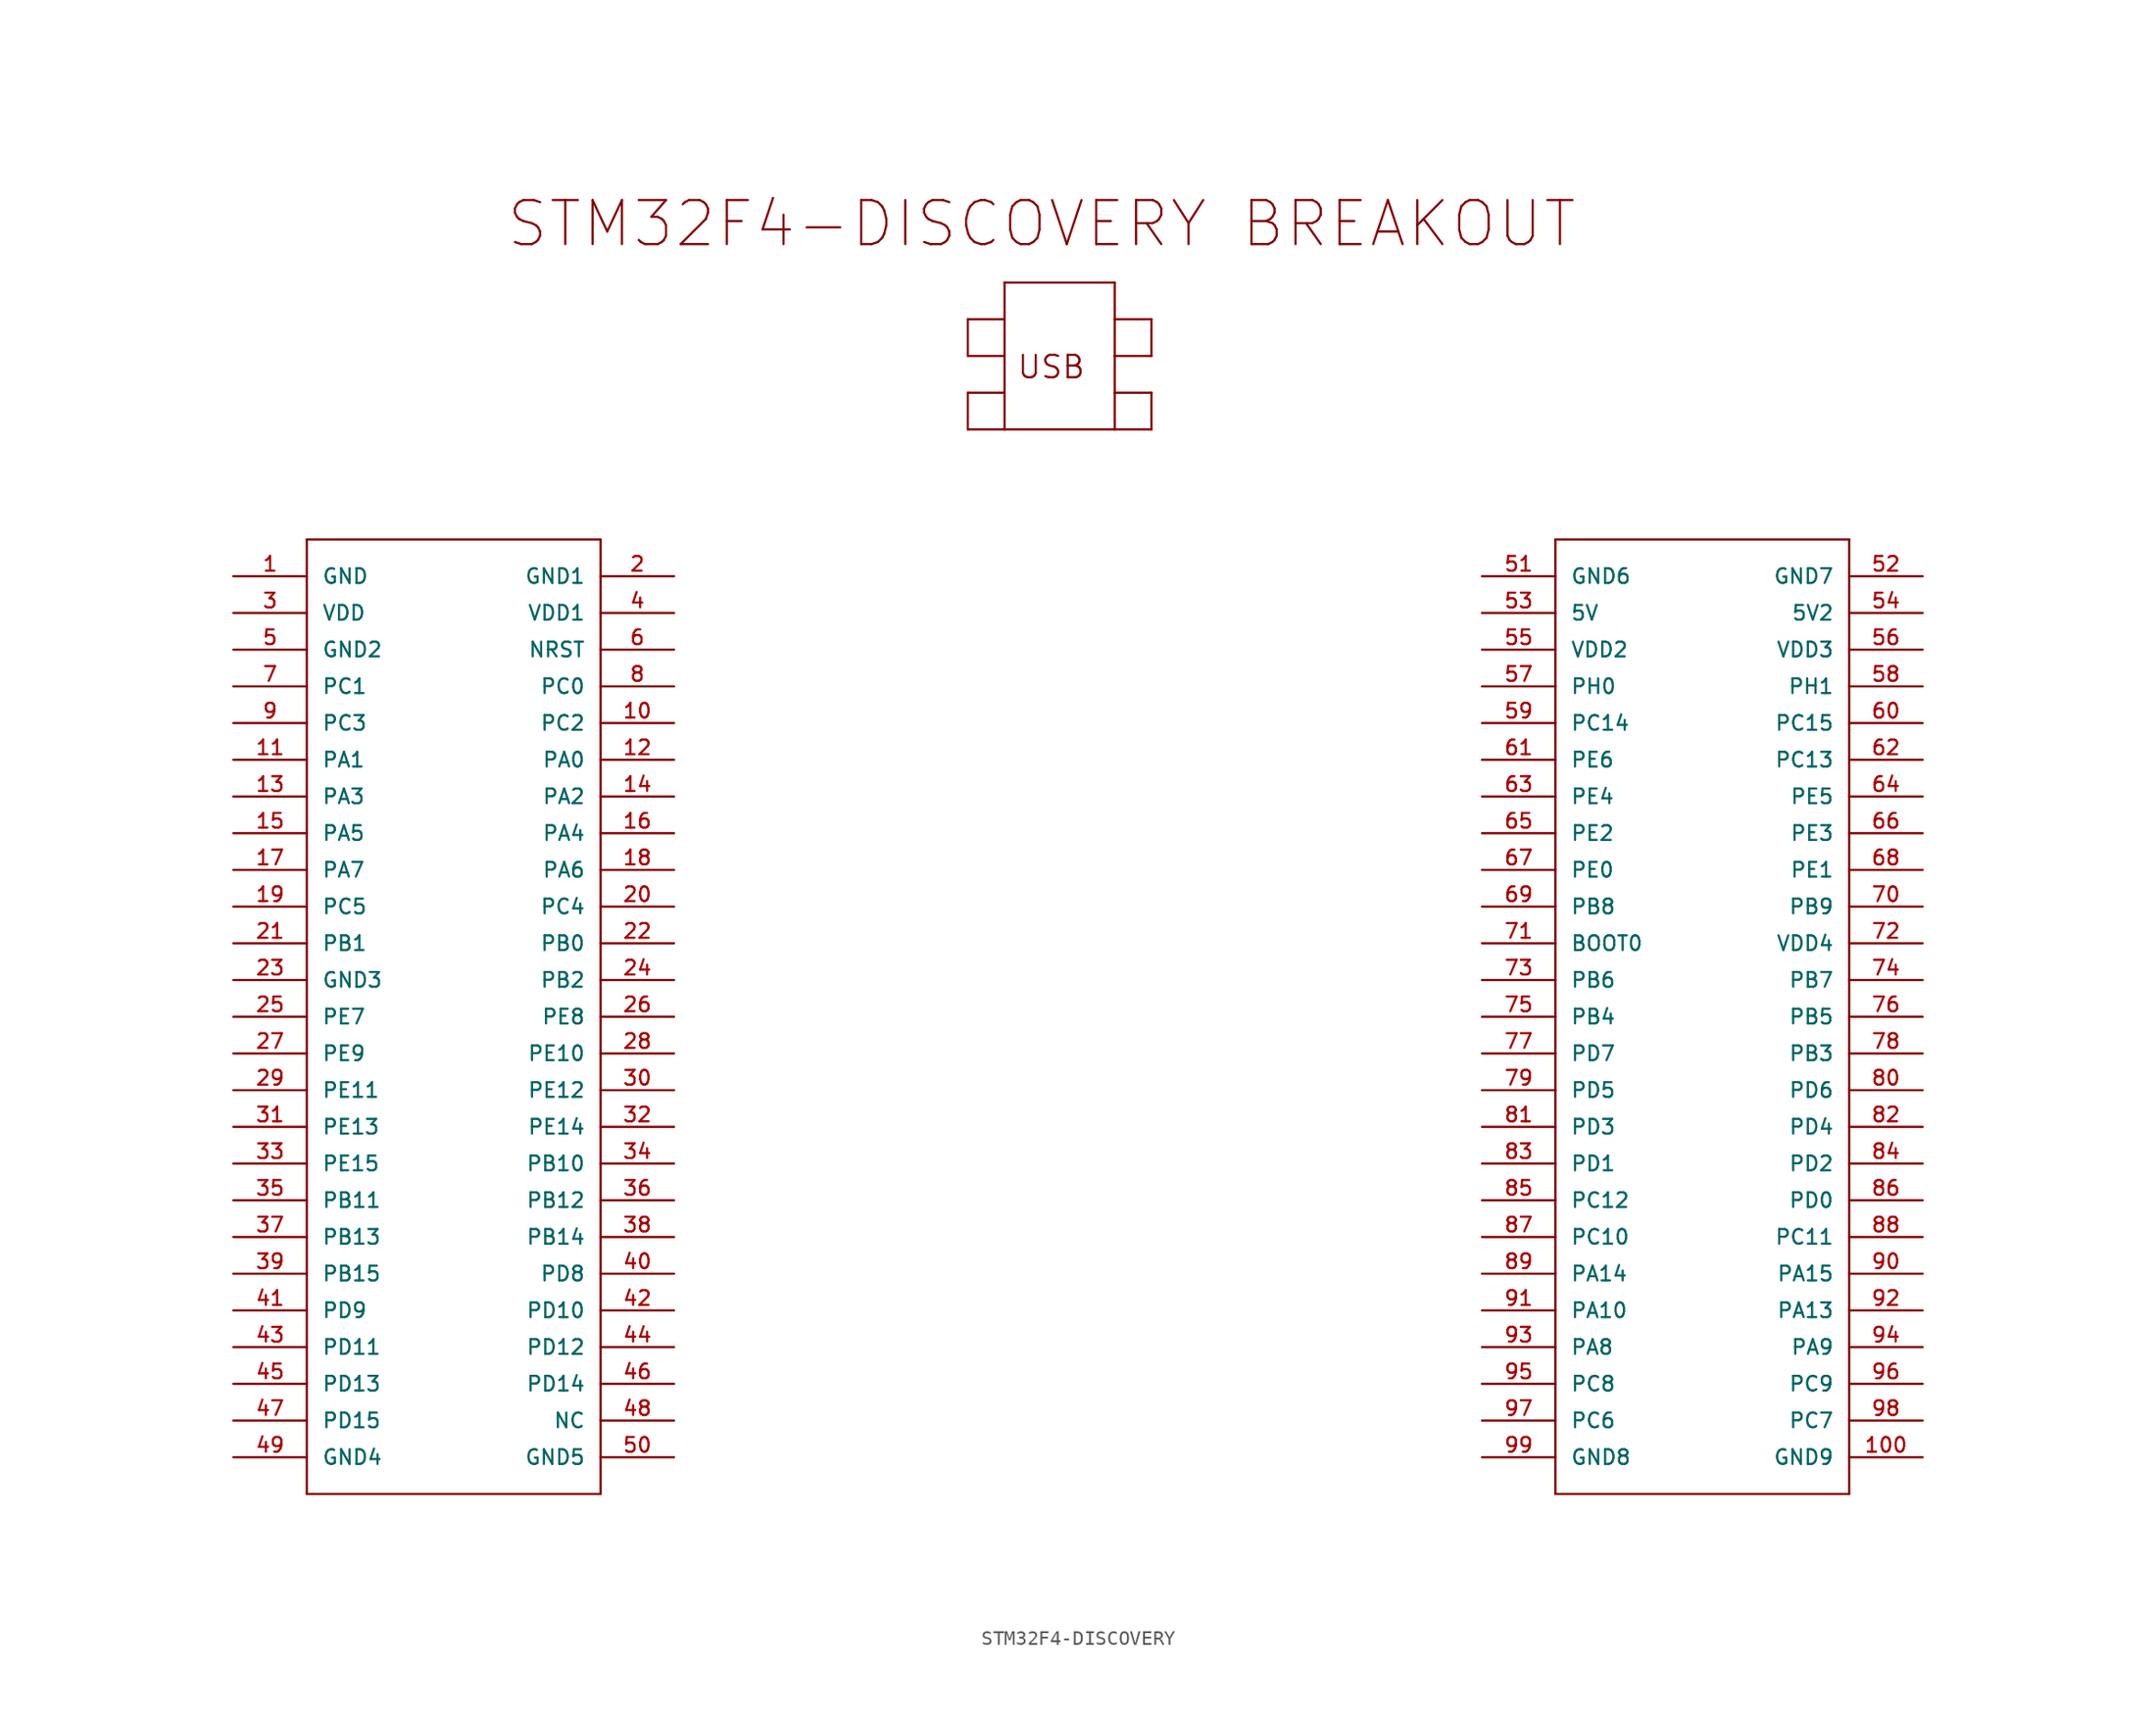
<source format=kicad_sym>
(kicad_symbol_lib
  (version 20211014)
  (generator kicad_symbol_editor)
  (symbol "STM32F4-DISCOVERY"
    (pin_names
      (offset 1.016))
    (property "Reference" "M"
      (at 0 0 0)
      (effects (font (size 1.143 1.143)) hide))
    (property "ki_locked" ""
      (at 0 0 0)
      (effects (font (size 1.27 1.27))))
    (symbol "STM32F4-DISCOVERY_1_0"
      (polyline (pts (xy 0 -63.5) (xy 0 2.54)) (stroke (width 0) (type default) (color 0 0 0 0)) (fill (type none)))
      (polyline (pts (xy 0 2.54) (xy 20.32 2.54)) (stroke (width 0) (type default) (color 0 0 0 0)) (fill (type none)))
      (polyline (pts (xy 20.32 -63.5) (xy 0 -63.5)) (stroke (width 0) (type default) (color 0 0 0 0)) (fill (type none)))
      (polyline (pts (xy 20.32 2.54) (xy 20.32 -63.5)) (stroke (width 0) (type default) (color 0 0 0 0)) (fill (type none)))
      (polyline (pts (xy 45.72 10.16) (xy 48.26 10.16)) (stroke (width 0) (type default) (color 0 0 0 0)) (fill (type none)))
      (polyline (pts (xy 45.72 12.7) (xy 45.72 10.16)) (stroke (width 0) (type default) (color 0 0 0 0)) (fill (type none)))
      (polyline (pts (xy 45.72 15.24) (xy 45.72 17.78)) (stroke (width 0) (type default) (color 0 0 0 0)) (fill (type none)))
      (polyline (pts (xy 45.72 17.78) (xy 48.26 17.78)) (stroke (width 0) (type default) (color 0 0 0 0)) (fill (type none)))
      (polyline (pts (xy 48.26 10.16) (xy 55.88 10.16)) (stroke (width 0) (type default) (color 0 0 0 0)) (fill (type none)))
      (polyline (pts (xy 48.26 12.7) (xy 45.72 12.7)) (stroke (width 0) (type default) (color 0 0 0 0)) (fill (type none)))
      (polyline (pts (xy 48.26 12.7) (xy 48.26 10.16)) (stroke (width 0) (type default) (color 0 0 0 0)) (fill (type none)))
      (polyline (pts (xy 48.26 15.24) (xy 45.72 15.24)) (stroke (width 0) (type default) (color 0 0 0 0)) (fill (type none)))
      (polyline (pts (xy 48.26 15.24) (xy 48.26 12.7)) (stroke (width 0) (type default) (color 0 0 0 0)) (fill (type none)))
      (polyline (pts (xy 48.26 17.78) (xy 48.26 15.24)) (stroke (width 0) (type default) (color 0 0 0 0)) (fill (type none)))
      (polyline (pts (xy 48.26 20.32) (xy 48.26 17.78)) (stroke (width 0) (type default) (color 0 0 0 0)) (fill (type none)))
      (polyline (pts (xy 55.88 10.16) (xy 55.88 12.7)) (stroke (width 0) (type default) (color 0 0 0 0)) (fill (type none)))
      (polyline (pts (xy 55.88 10.16) (xy 58.42 10.16)) (stroke (width 0) (type default) (color 0 0 0 0)) (fill (type none)))
      (polyline (pts (xy 55.88 12.7) (xy 55.88 15.24)) (stroke (width 0) (type default) (color 0 0 0 0)) (fill (type none)))
      (polyline (pts (xy 55.88 15.24) (xy 55.88 17.78)) (stroke (width 0) (type default) (color 0 0 0 0)) (fill (type none)))
      (polyline (pts (xy 55.88 15.24) (xy 58.42 15.24)) (stroke (width 0) (type default) (color 0 0 0 0)) (fill (type none)))
      (polyline (pts (xy 55.88 17.78) (xy 55.88 20.32)) (stroke (width 0) (type default) (color 0 0 0 0)) (fill (type none)))
      (polyline (pts (xy 55.88 20.32) (xy 48.26 20.32)) (stroke (width 0) (type default) (color 0 0 0 0)) (fill (type none)))
      (polyline (pts (xy 58.42 10.16) (xy 58.42 12.7)) (stroke (width 0) (type default) (color 0 0 0 0)) (fill (type none)))
      (polyline (pts (xy 58.42 12.7) (xy 55.88 12.7)) (stroke (width 0) (type default) (color 0 0 0 0)) (fill (type none)))
      (polyline (pts (xy 58.42 15.24) (xy 58.42 17.78)) (stroke (width 0) (type default) (color 0 0 0 0)) (fill (type none)))
      (polyline (pts (xy 58.42 17.78) (xy 55.88 17.78)) (stroke (width 0) (type default) (color 0 0 0 0)) (fill (type none)))
      (polyline (pts (xy 86.36 -63.5) (xy 86.36 2.54)) (stroke (width 0) (type default) (color 0 0 0 0)) (fill (type none)))
      (polyline (pts (xy 86.36 2.54) (xy 106.68 2.54)) (stroke (width 0) (type default) (color 0 0 0 0)) (fill (type none)))
      (polyline (pts (xy 106.68 -63.5) (xy 86.36 -63.5)) (stroke (width 0) (type default) (color 0 0 0 0)) (fill (type none)))
      (polyline (pts (xy 106.68 2.54) (xy 106.68 -63.5)) (stroke (width 0) (type default) (color 0 0 0 0)) (fill (type none)))
      (text "STM32F4-DISCOVERY BREAKOUT" (at 50.825 24.384 0) (effects (font (size 3.048 3.048))))
      (text "USB" (at 51.486 14.478 0) (effects (font (size 1.549 1.549)))))
    (symbol "STM32F4-DISCOVERY_1_1"
      (pin bidirectional line (at -5.08 0 0) (length 5.08) (name "GND" (effects (font (size 1.016 1.016)))) (number "1" (effects (font (size 1.016 1.016)))))
      (pin bidirectional line (at 25.4 -10.16 180) (length 5.08) (name "PC2" (effects (font (size 1.016 1.016)))) (number "10" (effects (font (size 1.016 1.016)))))
      (pin bidirectional line (at 111.76 -60.96 180) (length 5.08) (name "GND9" (effects (font (size 1.016 1.016)))) (number "100" (effects (font (size 1.016 1.016)))))
      (pin bidirectional line (at -5.08 -12.7 0) (length 5.08) (name "PA1" (effects (font (size 1.016 1.016)))) (number "11" (effects (font (size 1.016 1.016)))))
      (pin bidirectional line (at 25.4 -12.7 180) (length 5.08) (name "PA0" (effects (font (size 1.016 1.016)))) (number "12" (effects (font (size 1.016 1.016)))))
      (pin bidirectional line (at -5.08 -15.24 0) (length 5.08) (name "PA3" (effects (font (size 1.016 1.016)))) (number "13" (effects (font (size 1.016 1.016)))))
      (pin bidirectional line (at 25.4 -15.24 180) (length 5.08) (name "PA2" (effects (font (size 1.016 1.016)))) (number "14" (effects (font (size 1.016 1.016)))))
      (pin bidirectional line (at -5.08 -17.78 0) (length 5.08) (name "PA5" (effects (font (size 1.016 1.016)))) (number "15" (effects (font (size 1.016 1.016)))))
      (pin bidirectional line (at 25.4 -17.78 180) (length 5.08) (name "PA4" (effects (font (size 1.016 1.016)))) (number "16" (effects (font (size 1.016 1.016)))))
      (pin bidirectional line (at -5.08 -20.32 0) (length 5.08) (name "PA7" (effects (font (size 1.016 1.016)))) (number "17" (effects (font (size 1.016 1.016)))))
      (pin bidirectional line (at 25.4 -20.32 180) (length 5.08) (name "PA6" (effects (font (size 1.016 1.016)))) (number "18" (effects (font (size 1.016 1.016)))))
      (pin bidirectional line (at -5.08 -22.86 0) (length 5.08) (name "PC5" (effects (font (size 1.016 1.016)))) (number "19" (effects (font (size 1.016 1.016)))))
      (pin bidirectional line (at 25.4 0 180) (length 5.08) (name "GND1" (effects (font (size 1.016 1.016)))) (number "2" (effects (font (size 1.016 1.016)))))
      (pin bidirectional line (at 25.4 -22.86 180) (length 5.08) (name "PC4" (effects (font (size 1.016 1.016)))) (number "20" (effects (font (size 1.016 1.016)))))
      (pin bidirectional line (at -5.08 -25.4 0) (length 5.08) (name "PB1" (effects (font (size 1.016 1.016)))) (number "21" (effects (font (size 1.016 1.016)))))
      (pin bidirectional line (at 25.4 -25.4 180) (length 5.08) (name "PB0" (effects (font (size 1.016 1.016)))) (number "22" (effects (font (size 1.016 1.016)))))
      (pin bidirectional line (at -5.08 -27.94 0) (length 5.08) (name "GND3" (effects (font (size 1.016 1.016)))) (number "23" (effects (font (size 1.016 1.016)))))
      (pin bidirectional line (at 25.4 -27.94 180) (length 5.08) (name "PB2" (effects (font (size 1.016 1.016)))) (number "24" (effects (font (size 1.016 1.016)))))
      (pin bidirectional line (at -5.08 -30.48 0) (length 5.08) (name "PE7" (effects (font (size 1.016 1.016)))) (number "25" (effects (font (size 1.016 1.016)))))
      (pin bidirectional line (at 25.4 -30.48 180) (length 5.08) (name "PE8" (effects (font (size 1.016 1.016)))) (number "26" (effects (font (size 1.016 1.016)))))
      (pin bidirectional line (at -5.08 -33.02 0) (length 5.08) (name "PE9" (effects (font (size 1.016 1.016)))) (number "27" (effects (font (size 1.016 1.016)))))
      (pin bidirectional line (at 25.4 -33.02 180) (length 5.08) (name "PE10" (effects (font (size 1.016 1.016)))) (number "28" (effects (font (size 1.016 1.016)))))
      (pin bidirectional line (at -5.08 -35.56 0) (length 5.08) (name "PE11" (effects (font (size 1.016 1.016)))) (number "29" (effects (font (size 1.016 1.016)))))
      (pin bidirectional line (at -5.08 -2.54 0) (length 5.08) (name "VDD" (effects (font (size 1.016 1.016)))) (number "3" (effects (font (size 1.016 1.016)))))
      (pin bidirectional line (at 25.4 -35.56 180) (length 5.08) (name "PE12" (effects (font (size 1.016 1.016)))) (number "30" (effects (font (size 1.016 1.016)))))
      (pin bidirectional line (at -5.08 -38.1 0) (length 5.08) (name "PE13" (effects (font (size 1.016 1.016)))) (number "31" (effects (font (size 1.016 1.016)))))
      (pin bidirectional line (at 25.4 -38.1 180) (length 5.08) (name "PE14" (effects (font (size 1.016 1.016)))) (number "32" (effects (font (size 1.016 1.016)))))
      (pin bidirectional line (at -5.08 -40.64 0) (length 5.08) (name "PE15" (effects (font (size 1.016 1.016)))) (number "33" (effects (font (size 1.016 1.016)))))
      (pin bidirectional line (at 25.4 -40.64 180) (length 5.08) (name "PB10" (effects (font (size 1.016 1.016)))) (number "34" (effects (font (size 1.016 1.016)))))
      (pin bidirectional line (at -5.08 -43.18 0) (length 5.08) (name "PB11" (effects (font (size 1.016 1.016)))) (number "35" (effects (font (size 1.016 1.016)))))
      (pin bidirectional line (at 25.4 -43.18 180) (length 5.08) (name "PB12" (effects (font (size 1.016 1.016)))) (number "36" (effects (font (size 1.016 1.016)))))
      (pin bidirectional line (at -5.08 -45.72 0) (length 5.08) (name "PB13" (effects (font (size 1.016 1.016)))) (number "37" (effects (font (size 1.016 1.016)))))
      (pin bidirectional line (at 25.4 -45.72 180) (length 5.08) (name "PB14" (effects (font (size 1.016 1.016)))) (number "38" (effects (font (size 1.016 1.016)))))
      (pin bidirectional line (at -5.08 -48.26 0) (length 5.08) (name "PB15" (effects (font (size 1.016 1.016)))) (number "39" (effects (font (size 1.016 1.016)))))
      (pin bidirectional line (at 25.4 -2.54 180) (length 5.08) (name "VDD1" (effects (font (size 1.016 1.016)))) (number "4" (effects (font (size 1.016 1.016)))))
      (pin bidirectional line (at 25.4 -48.26 180) (length 5.08) (name "PD8" (effects (font (size 1.016 1.016)))) (number "40" (effects (font (size 1.016 1.016)))))
      (pin bidirectional line (at -5.08 -50.8 0) (length 5.08) (name "PD9" (effects (font (size 1.016 1.016)))) (number "41" (effects (font (size 1.016 1.016)))))
      (pin bidirectional line (at 25.4 -50.8 180) (length 5.08) (name "PD10" (effects (font (size 1.016 1.016)))) (number "42" (effects (font (size 1.016 1.016)))))
      (pin bidirectional line (at -5.08 -53.34 0) (length 5.08) (name "PD11" (effects (font (size 1.016 1.016)))) (number "43" (effects (font (size 1.016 1.016)))))
      (pin bidirectional line (at 25.4 -53.34 180) (length 5.08) (name "PD12" (effects (font (size 1.016 1.016)))) (number "44" (effects (font (size 1.016 1.016)))))
      (pin bidirectional line (at -5.08 -55.88 0) (length 5.08) (name "PD13" (effects (font (size 1.016 1.016)))) (number "45" (effects (font (size 1.016 1.016)))))
      (pin bidirectional line (at 25.4 -55.88 180) (length 5.08) (name "PD14" (effects (font (size 1.016 1.016)))) (number "46" (effects (font (size 1.016 1.016)))))
      (pin bidirectional line (at -5.08 -58.42 0) (length 5.08) (name "PD15" (effects (font (size 1.016 1.016)))) (number "47" (effects (font (size 1.016 1.016)))))
      (pin bidirectional line (at 25.4 -58.42 180) (length 5.08) (name "NC" (effects (font (size 1.016 1.016)))) (number "48" (effects (font (size 1.016 1.016)))))
      (pin bidirectional line (at -5.08 -60.96 0) (length 5.08) (name "GND4" (effects (font (size 1.016 1.016)))) (number "49" (effects (font (size 1.016 1.016)))))
      (pin bidirectional line (at -5.08 -5.08 0) (length 5.08) (name "GND2" (effects (font (size 1.016 1.016)))) (number "5" (effects (font (size 1.016 1.016)))))
      (pin bidirectional line (at 25.4 -60.96 180) (length 5.08) (name "GND5" (effects (font (size 1.016 1.016)))) (number "50" (effects (font (size 1.016 1.016)))))
      (pin bidirectional line (at 81.28 0 0) (length 5.08) (name "GND6" (effects (font (size 1.016 1.016)))) (number "51" (effects (font (size 1.016 1.016)))))
      (pin bidirectional line (at 111.76 0 180) (length 5.08) (name "GND7" (effects (font (size 1.016 1.016)))) (number "52" (effects (font (size 1.016 1.016)))))
      (pin bidirectional line (at 81.28 -2.54 0) (length 5.08) (name "5V" (effects (font (size 1.016 1.016)))) (number "53" (effects (font (size 1.016 1.016)))))
      (pin bidirectional line (at 111.76 -2.54 180) (length 5.08) (name "5V2" (effects (font (size 1.016 1.016)))) (number "54" (effects (font (size 1.016 1.016)))))
      (pin bidirectional line (at 81.28 -5.08 0) (length 5.08) (name "VDD2" (effects (font (size 1.016 1.016)))) (number "55" (effects (font (size 1.016 1.016)))))
      (pin bidirectional line (at 111.76 -5.08 180) (length 5.08) (name "VDD3" (effects (font (size 1.016 1.016)))) (number "56" (effects (font (size 1.016 1.016)))))
      (pin bidirectional line (at 81.28 -7.62 0) (length 5.08) (name "PH0" (effects (font (size 1.016 1.016)))) (number "57" (effects (font (size 1.016 1.016)))))
      (pin bidirectional line (at 111.76 -7.62 180) (length 5.08) (name "PH1" (effects (font (size 1.016 1.016)))) (number "58" (effects (font (size 1.016 1.016)))))
      (pin bidirectional line (at 81.28 -10.16 0) (length 5.08) (name "PC14" (effects (font (size 1.016 1.016)))) (number "59" (effects (font (size 1.016 1.016)))))
      (pin bidirectional line (at 25.4 -5.08 180) (length 5.08) (name "NRST" (effects (font (size 1.016 1.016)))) (number "6" (effects (font (size 1.016 1.016)))))
      (pin bidirectional line (at 111.76 -10.16 180) (length 5.08) (name "PC15" (effects (font (size 1.016 1.016)))) (number "60" (effects (font (size 1.016 1.016)))))
      (pin bidirectional line (at 81.28 -12.7 0) (length 5.08) (name "PE6" (effects (font (size 1.016 1.016)))) (number "61" (effects (font (size 1.016 1.016)))))
      (pin bidirectional line (at 111.76 -12.7 180) (length 5.08) (name "PC13" (effects (font (size 1.016 1.016)))) (number "62" (effects (font (size 1.016 1.016)))))
      (pin bidirectional line (at 81.28 -15.24 0) (length 5.08) (name "PE4" (effects (font (size 1.016 1.016)))) (number "63" (effects (font (size 1.016 1.016)))))
      (pin bidirectional line (at 111.76 -15.24 180) (length 5.08) (name "PE5" (effects (font (size 1.016 1.016)))) (number "64" (effects (font (size 1.016 1.016)))))
      (pin bidirectional line (at 81.28 -17.78 0) (length 5.08) (name "PE2" (effects (font (size 1.016 1.016)))) (number "65" (effects (font (size 1.016 1.016)))))
      (pin bidirectional line (at 111.76 -17.78 180) (length 5.08) (name "PE3" (effects (font (size 1.016 1.016)))) (number "66" (effects (font (size 1.016 1.016)))))
      (pin bidirectional line (at 81.28 -20.32 0) (length 5.08) (name "PE0" (effects (font (size 1.016 1.016)))) (number "67" (effects (font (size 1.016 1.016)))))
      (pin bidirectional line (at 111.76 -20.32 180) (length 5.08) (name "PE1" (effects (font (size 1.016 1.016)))) (number "68" (effects (font (size 1.016 1.016)))))
      (pin bidirectional line (at 81.28 -22.86 0) (length 5.08) (name "PB8" (effects (font (size 1.016 1.016)))) (number "69" (effects (font (size 1.016 1.016)))))
      (pin bidirectional line (at -5.08 -7.62 0) (length 5.08) (name "PC1" (effects (font (size 1.016 1.016)))) (number "7" (effects (font (size 1.016 1.016)))))
      (pin bidirectional line (at 111.76 -22.86 180) (length 5.08) (name "PB9" (effects (font (size 1.016 1.016)))) (number "70" (effects (font (size 1.016 1.016)))))
      (pin bidirectional line (at 81.28 -25.4 0) (length 5.08) (name "BOOT0" (effects (font (size 1.016 1.016)))) (number "71" (effects (font (size 1.016 1.016)))))
      (pin bidirectional line (at 111.76 -25.4 180) (length 5.08) (name "VDD4" (effects (font (size 1.016 1.016)))) (number "72" (effects (font (size 1.016 1.016)))))
      (pin bidirectional line (at 81.28 -27.94 0) (length 5.08) (name "PB6" (effects (font (size 1.016 1.016)))) (number "73" (effects (font (size 1.016 1.016)))))
      (pin bidirectional line (at 111.76 -27.94 180) (length 5.08) (name "PB7" (effects (font (size 1.016 1.016)))) (number "74" (effects (font (size 1.016 1.016)))))
      (pin bidirectional line (at 81.28 -30.48 0) (length 5.08) (name "PB4" (effects (font (size 1.016 1.016)))) (number "75" (effects (font (size 1.016 1.016)))))
      (pin bidirectional line (at 111.76 -30.48 180) (length 5.08) (name "PB5" (effects (font (size 1.016 1.016)))) (number "76" (effects (font (size 1.016 1.016)))))
      (pin bidirectional line (at 81.28 -33.02 0) (length 5.08) (name "PD7" (effects (font (size 1.016 1.016)))) (number "77" (effects (font (size 1.016 1.016)))))
      (pin bidirectional line (at 111.76 -33.02 180) (length 5.08) (name "PB3" (effects (font (size 1.016 1.016)))) (number "78" (effects (font (size 1.016 1.016)))))
      (pin bidirectional line (at 81.28 -35.56 0) (length 5.08) (name "PD5" (effects (font (size 1.016 1.016)))) (number "79" (effects (font (size 1.016 1.016)))))
      (pin bidirectional line (at 25.4 -7.62 180) (length 5.08) (name "PC0" (effects (font (size 1.016 1.016)))) (number "8" (effects (font (size 1.016 1.016)))))
      (pin bidirectional line (at 111.76 -35.56 180) (length 5.08) (name "PD6" (effects (font (size 1.016 1.016)))) (number "80" (effects (font (size 1.016 1.016)))))
      (pin bidirectional line (at 81.28 -38.1 0) (length 5.08) (name "PD3" (effects (font (size 1.016 1.016)))) (number "81" (effects (font (size 1.016 1.016)))))
      (pin bidirectional line (at 111.76 -38.1 180) (length 5.08) (name "PD4" (effects (font (size 1.016 1.016)))) (number "82" (effects (font (size 1.016 1.016)))))
      (pin bidirectional line (at 81.28 -40.64 0) (length 5.08) (name "PD1" (effects (font (size 1.016 1.016)))) (number "83" (effects (font (size 1.016 1.016)))))
      (pin bidirectional line (at 111.76 -40.64 180) (length 5.08) (name "PD2" (effects (font (size 1.016 1.016)))) (number "84" (effects (font (size 1.016 1.016)))))
      (pin bidirectional line (at 81.28 -43.18 0) (length 5.08) (name "PC12" (effects (font (size 1.016 1.016)))) (number "85" (effects (font (size 1.016 1.016)))))
      (pin bidirectional line (at 111.76 -43.18 180) (length 5.08) (name "PD0" (effects (font (size 1.016 1.016)))) (number "86" (effects (font (size 1.016 1.016)))))
      (pin bidirectional line (at 81.28 -45.72 0) (length 5.08) (name "PC10" (effects (font (size 1.016 1.016)))) (number "87" (effects (font (size 1.016 1.016)))))
      (pin bidirectional line (at 111.76 -45.72 180) (length 5.08) (name "PC11" (effects (font (size 1.016 1.016)))) (number "88" (effects (font (size 1.016 1.016)))))
      (pin bidirectional line (at 81.28 -48.26 0) (length 5.08) (name "PA14" (effects (font (size 1.016 1.016)))) (number "89" (effects (font (size 1.016 1.016)))))
      (pin bidirectional line (at -5.08 -10.16 0) (length 5.08) (name "PC3" (effects (font (size 1.016 1.016)))) (number "9" (effects (font (size 1.016 1.016)))))
      (pin bidirectional line (at 111.76 -48.26 180) (length 5.08) (name "PA15" (effects (font (size 1.016 1.016)))) (number "90" (effects (font (size 1.016 1.016)))))
      (pin bidirectional line (at 81.28 -50.8 0) (length 5.08) (name "PA10" (effects (font (size 1.016 1.016)))) (number "91" (effects (font (size 1.016 1.016)))))
      (pin bidirectional line (at 111.76 -50.8 180) (length 5.08) (name "PA13" (effects (font (size 1.016 1.016)))) (number "92" (effects (font (size 1.016 1.016)))))
      (pin bidirectional line (at 81.28 -53.34 0) (length 5.08) (name "PA8" (effects (font (size 1.016 1.016)))) (number "93" (effects (font (size 1.016 1.016)))))
      (pin bidirectional line (at 111.76 -53.34 180) (length 5.08) (name "PA9" (effects (font (size 1.016 1.016)))) (number "94" (effects (font (size 1.016 1.016)))))
      (pin bidirectional line (at 81.28 -55.88 0) (length 5.08) (name "PC8" (effects (font (size 1.016 1.016)))) (number "95" (effects (font (size 1.016 1.016)))))
      (pin bidirectional line (at 111.76 -55.88 180) (length 5.08) (name "PC9" (effects (font (size 1.016 1.016)))) (number "96" (effects (font (size 1.016 1.016)))))
      (pin bidirectional line (at 81.28 -58.42 0) (length 5.08) (name "PC6" (effects (font (size 1.016 1.016)))) (number "97" (effects (font (size 1.016 1.016)))))
      (pin bidirectional line (at 111.76 -58.42 180) (length 5.08) (name "PC7" (effects (font (size 1.016 1.016)))) (number "98" (effects (font (size 1.016 1.016)))))
      (pin bidirectional line (at 81.28 -60.96 0) (length 5.08) (name "GND8" (effects (font (size 1.016 1.016)))) (number "99" (effects (font (size 1.016 1.016))))))))
</source>
